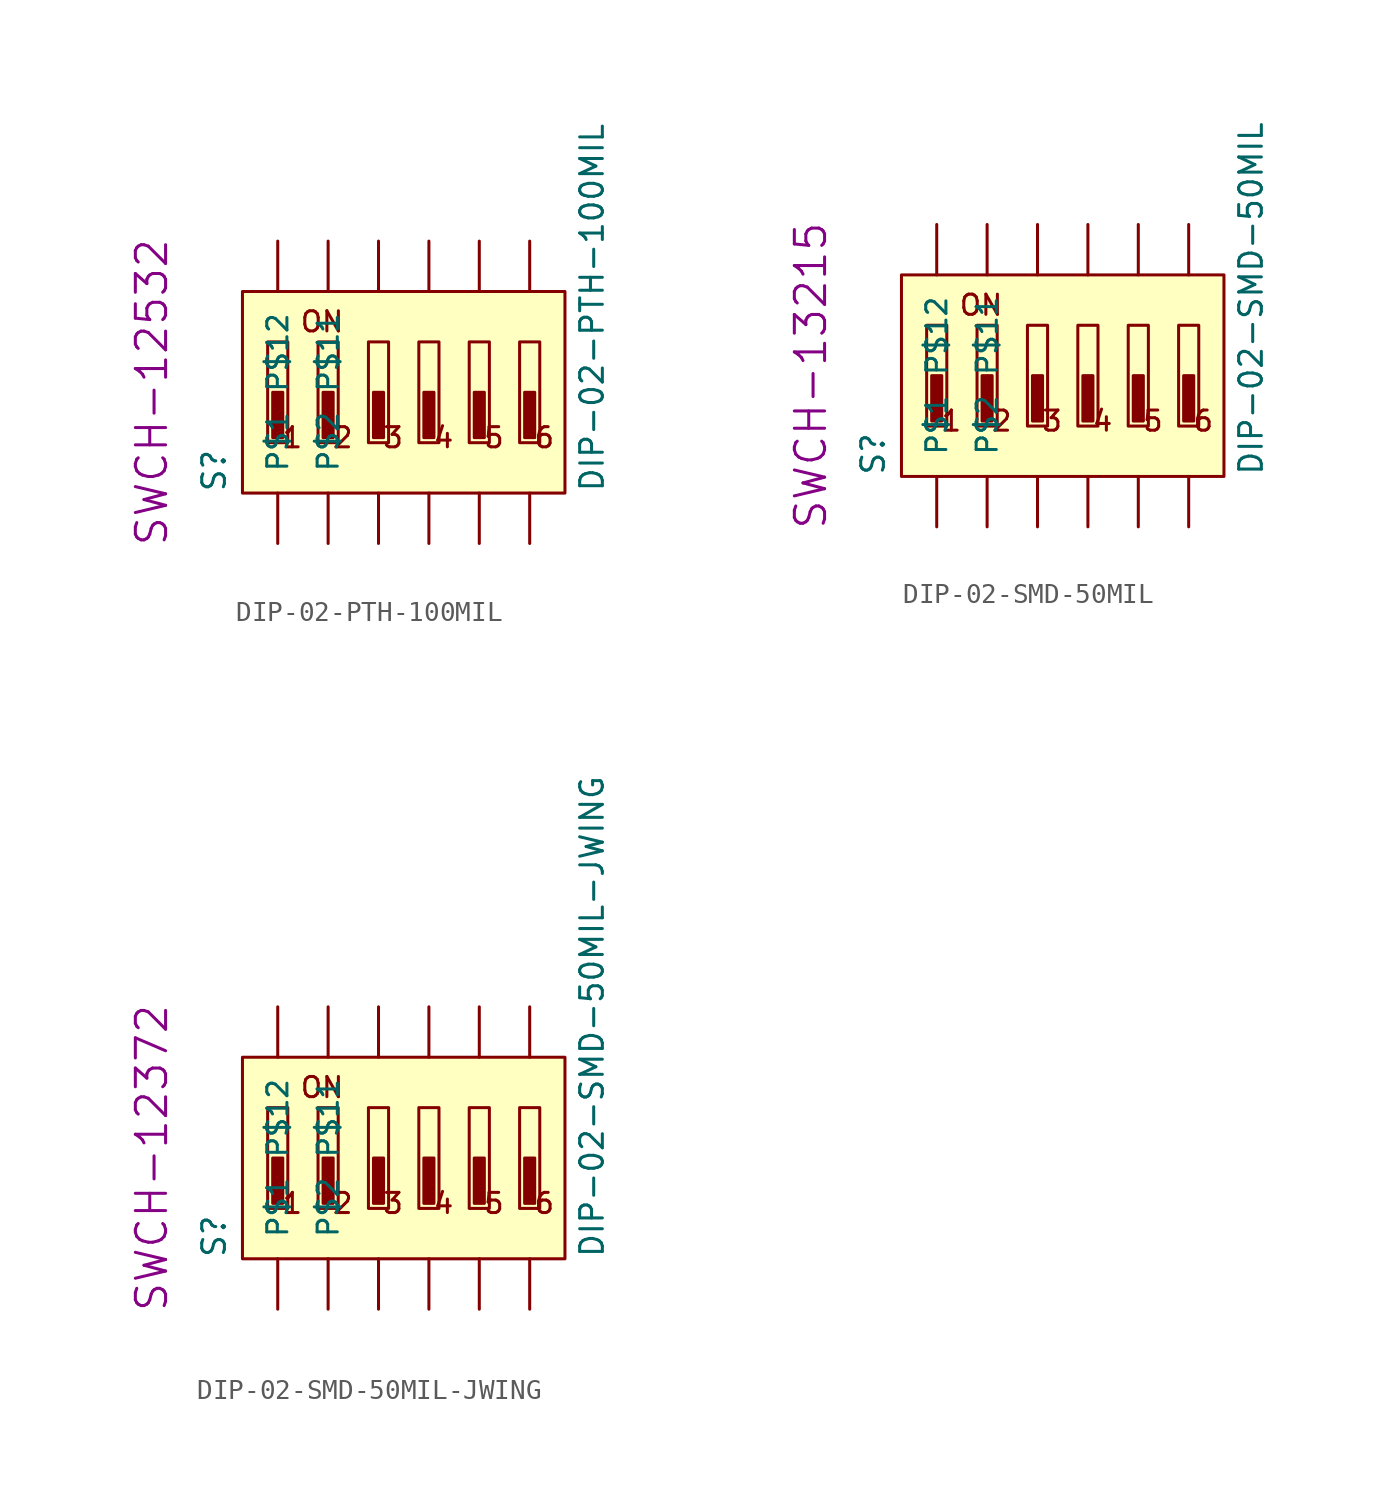
<source format=kicad_sym>
(kicad_symbol_lib
  (version 20211014)
  (generator kicad_symbol_editor)
  (symbol "DIP-02-PTH-100MIL"
    (pin_numbers hide)
    (pin_names
      (offset 1.016))
    (property "Reference" "S"
      (at -2.54 -5.08 90)
      (effects (font (size 1.143 1.143)) (justify left bottom)))
    (property "Value" "DIP-02-PTH-100MIL"
      (at 16.51 -5.08 90)
      (effects (font (size 1.143 1.143)) (justify left bottom)))
    (property "Field4" "SWCH-12532"
      (at -6.35 0 90)
      (effects (font (size 1.524 1.524))))
    (property "ki_locked" ""
      (at 0 0 0)
      (effects (font (size 1.27 1.27))))
    (symbol "DIP-02-PTH-100MIL_1_0"
      (polyline (pts (xy 5.08 -7.62) (xy 5.08 -5.08)) (stroke (width 0) (type default) (color 0 0 0 0)) (fill (type none)))
      (polyline (pts (xy 5.08 7.62) (xy 5.08 5.08)) (stroke (width 0) (type default) (color 0 0 0 0)) (fill (type none)))
      (polyline (pts (xy 7.62 -7.62) (xy 7.62 -5.08)) (stroke (width 0) (type default) (color 0 0 0 0)) (fill (type none)))
      (polyline (pts (xy 7.62 7.62) (xy 7.62 5.08)) (stroke (width 0) (type default) (color 0 0 0 0)) (fill (type none)))
      (polyline (pts (xy 10.16 -7.62) (xy 10.16 -5.08)) (stroke (width 0) (type default) (color 0 0 0 0)) (fill (type none)))
      (polyline (pts (xy 10.16 7.62) (xy 10.16 5.08)) (stroke (width 0) (type default) (color 0 0 0 0)) (fill (type none)))
      (polyline (pts (xy 12.7 -7.62) (xy 12.7 -5.08)) (stroke (width 0) (type default) (color 0 0 0 0)) (fill (type none)))
      (polyline (pts (xy 12.7 7.62) (xy 12.7 5.08)) (stroke (width 0) (type default) (color 0 0 0 0)) (fill (type none)))
      (text "1" (at 0.737 -2.286 0) (effects (font (size 1.016 1.016))))
      (text "2" (at 3.277 -2.286 0) (effects (font (size 1.016 1.016))))
      (text "3" (at 5.817 -2.286 0) (effects (font (size 1.016 1.016))))
      (text "4" (at 8.357 -2.286 0) (effects (font (size 1.016 1.016))))
      (text "5" (at 10.897 -2.286 0) (effects (font (size 1.016 1.016))))
      (text "6" (at 13.437 -2.286 0) (effects (font (size 1.016 1.016))))
      (text "ON" (at 2.235 3.556 0) (effects (font (size 1.016 1.016)))))
    (symbol "DIP-02-PTH-100MIL_1_1"
      (rectangle (start -0.254 -2.286) (end 0.254 0) (stroke (width 0) (type default) (color 0 0 0 0)) (fill (type outline)))
      (polyline (pts (xy -1.778 5.08) (xy 14.478 5.08) (xy 14.478 -5.08) (xy -1.778 -5.08) (xy -1.778 5.08)) (stroke (width 0) (type default) (color 0 0 0 0)) (fill (type background)))
      (polyline (pts (xy -0.508 -2.54) (xy 0.508 -2.54) (xy 0.508 2.54) (xy -0.508 2.54) (xy -0.508 -2.54)) (stroke (width 0) (type default) (color 0 0 0 0)) (fill (type background)))
      (polyline (pts (xy 2.032 -2.54) (xy 3.048 -2.54) (xy 3.048 2.54) (xy 2.032 2.54) (xy 2.032 -2.54)) (stroke (width 0) (type default) (color 0 0 0 0)) (fill (type background)))
      (polyline (pts (xy 4.572 -2.54) (xy 5.588 -2.54) (xy 5.588 2.54) (xy 4.572 2.54) (xy 4.572 -2.54)) (stroke (width 0) (type default) (color 0 0 0 0)) (fill (type background)))
      (polyline (pts (xy 7.112 -2.54) (xy 8.128 -2.54) (xy 8.128 2.54) (xy 7.112 2.54) (xy 7.112 -2.54)) (stroke (width 0) (type default) (color 0 0 0 0)) (fill (type background)))
      (polyline (pts (xy 9.652 -2.54) (xy 10.668 -2.54) (xy 10.668 2.54) (xy 9.652 2.54) (xy 9.652 -2.54)) (stroke (width 0) (type default) (color 0 0 0 0)) (fill (type background)))
      (polyline (pts (xy 12.192 -2.54) (xy 13.208 -2.54) (xy 13.208 2.54) (xy 12.192 2.54) (xy 12.192 -2.54)) (stroke (width 0) (type default) (color 0 0 0 0)) (fill (type background)))
      (rectangle (start 2.286 -2.286) (end 2.794 0) (stroke (width 0) (type default) (color 0 0 0 0)) (fill (type outline)))
      (rectangle (start 4.826 -2.286) (end 5.334 0) (stroke (width 0) (type default) (color 0 0 0 0)) (fill (type outline)))
      (rectangle (start 7.366 -2.286) (end 7.874 0) (stroke (width 0) (type default) (color 0 0 0 0)) (fill (type outline)))
      (rectangle (start 9.906 -2.286) (end 10.414 0) (stroke (width 0) (type default) (color 0 0 0 0)) (fill (type outline)))
      (rectangle (start 12.446 -2.286) (end 12.954 0) (stroke (width 0) (type default) (color 0 0 0 0)) (fill (type outline)))
      (pin bidirectional line (at 0 -7.62 90) (length 2.54) (name "P$1" (effects (font (size 1.016 1.016)))) (number "1" (effects (font (size 1.016 1.016)))))
      (pin bidirectional line (at 2.54 -7.62 90) (length 2.54) (name "P$2" (effects (font (size 1.016 1.016)))) (number "2" (effects (font (size 1.016 1.016)))))
      (pin bidirectional line (at 2.54 7.62 270) (length 2.54) (name "P$11" (effects (font (size 1.016 1.016)))) (number "3" (effects (font (size 1.016 1.016)))))
      (pin bidirectional line (at 0 7.62 270) (length 2.54) (name "P$12" (effects (font (size 1.016 1.016)))) (number "4" (effects (font (size 1.016 1.016)))))
      (pin bidirectional line (at 5.08 7.62 270) (length 2.54) hide (name "P$10" (effects (font (size 1.016 1.016)))) (number "~" (effects (font (size 1.016 1.016)))))
      (pin bidirectional line (at 5.08 -7.62 90) (length 2.54) hide (name "P$3" (effects (font (size 1.016 1.016)))) (number "~" (effects (font (size 1.016 1.016)))))
      (pin bidirectional line (at 7.62 -7.62 90) (length 2.54) hide (name "P$4" (effects (font (size 1.016 1.016)))) (number "~" (effects (font (size 1.016 1.016)))))
      (pin bidirectional line (at 10.16 -7.62 90) (length 2.54) hide (name "P$5" (effects (font (size 1.016 1.016)))) (number "~" (effects (font (size 1.016 1.016)))))
      (pin bidirectional line (at 12.7 -7.62 90) (length 2.54) hide (name "P$6" (effects (font (size 1.016 1.016)))) (number "~" (effects (font (size 1.016 1.016)))))
      (pin bidirectional line (at 12.7 7.62 270) (length 2.54) hide (name "P$7" (effects (font (size 1.016 1.016)))) (number "~" (effects (font (size 1.016 1.016)))))
      (pin bidirectional line (at 10.16 7.62 270) (length 2.54) hide (name "P$8" (effects (font (size 1.016 1.016)))) (number "~" (effects (font (size 1.016 1.016)))))
      (pin bidirectional line (at 7.62 7.62 270) (length 2.54) hide (name "P$9" (effects (font (size 1.016 1.016)))) (number "~" (effects (font (size 1.016 1.016)))))))
  (symbol "DIP-02-SMD-50MIL"
    (pin_numbers hide)
    (pin_names
      (offset 1.016))
    (property "Reference" "S"
      (at -2.54 -5.08 90)
      (effects (font (size 1.143 1.143)) (justify left bottom)))
    (property "Value" "DIP-02-SMD-50MIL"
      (at 16.51 -5.08 90)
      (effects (font (size 1.143 1.143)) (justify left bottom)))
    (property "Field4" "SWCH-13215"
      (at -6.35 0 90)
      (effects (font (size 1.524 1.524))))
    (property "ki_locked" ""
      (at 0 0 0)
      (effects (font (size 1.27 1.27))))
    (symbol "DIP-02-SMD-50MIL_1_0"
      (polyline (pts (xy 5.08 -7.62) (xy 5.08 -5.08)) (stroke (width 0) (type default) (color 0 0 0 0)) (fill (type none)))
      (polyline (pts (xy 5.08 7.62) (xy 5.08 5.08)) (stroke (width 0) (type default) (color 0 0 0 0)) (fill (type none)))
      (polyline (pts (xy 7.62 -7.62) (xy 7.62 -5.08)) (stroke (width 0) (type default) (color 0 0 0 0)) (fill (type none)))
      (polyline (pts (xy 7.62 7.62) (xy 7.62 5.08)) (stroke (width 0) (type default) (color 0 0 0 0)) (fill (type none)))
      (polyline (pts (xy 10.16 -7.62) (xy 10.16 -5.08)) (stroke (width 0) (type default) (color 0 0 0 0)) (fill (type none)))
      (polyline (pts (xy 10.16 7.62) (xy 10.16 5.08)) (stroke (width 0) (type default) (color 0 0 0 0)) (fill (type none)))
      (polyline (pts (xy 12.7 -7.62) (xy 12.7 -5.08)) (stroke (width 0) (type default) (color 0 0 0 0)) (fill (type none)))
      (polyline (pts (xy 12.7 7.62) (xy 12.7 5.08)) (stroke (width 0) (type default) (color 0 0 0 0)) (fill (type none)))
      (text "1" (at 0.737 -2.286 0) (effects (font (size 1.016 1.016))))
      (text "2" (at 3.277 -2.286 0) (effects (font (size 1.016 1.016))))
      (text "3" (at 5.817 -2.286 0) (effects (font (size 1.016 1.016))))
      (text "4" (at 8.357 -2.286 0) (effects (font (size 1.016 1.016))))
      (text "5" (at 10.897 -2.286 0) (effects (font (size 1.016 1.016))))
      (text "6" (at 13.437 -2.286 0) (effects (font (size 1.016 1.016))))
      (text "ON" (at 2.235 3.556 0) (effects (font (size 1.016 1.016)))))
    (symbol "DIP-02-SMD-50MIL_1_1"
      (rectangle (start -0.254 -2.286) (end 0.254 0) (stroke (width 0) (type default) (color 0 0 0 0)) (fill (type outline)))
      (polyline (pts (xy -1.778 5.08) (xy 14.478 5.08) (xy 14.478 -5.08) (xy -1.778 -5.08) (xy -1.778 5.08)) (stroke (width 0) (type default) (color 0 0 0 0)) (fill (type background)))
      (polyline (pts (xy -0.508 -2.54) (xy 0.508 -2.54) (xy 0.508 2.54) (xy -0.508 2.54) (xy -0.508 -2.54)) (stroke (width 0) (type default) (color 0 0 0 0)) (fill (type background)))
      (polyline (pts (xy 2.032 -2.54) (xy 3.048 -2.54) (xy 3.048 2.54) (xy 2.032 2.54) (xy 2.032 -2.54)) (stroke (width 0) (type default) (color 0 0 0 0)) (fill (type background)))
      (polyline (pts (xy 4.572 -2.54) (xy 5.588 -2.54) (xy 5.588 2.54) (xy 4.572 2.54) (xy 4.572 -2.54)) (stroke (width 0) (type default) (color 0 0 0 0)) (fill (type background)))
      (polyline (pts (xy 7.112 -2.54) (xy 8.128 -2.54) (xy 8.128 2.54) (xy 7.112 2.54) (xy 7.112 -2.54)) (stroke (width 0) (type default) (color 0 0 0 0)) (fill (type background)))
      (polyline (pts (xy 9.652 -2.54) (xy 10.668 -2.54) (xy 10.668 2.54) (xy 9.652 2.54) (xy 9.652 -2.54)) (stroke (width 0) (type default) (color 0 0 0 0)) (fill (type background)))
      (polyline (pts (xy 12.192 -2.54) (xy 13.208 -2.54) (xy 13.208 2.54) (xy 12.192 2.54) (xy 12.192 -2.54)) (stroke (width 0) (type default) (color 0 0 0 0)) (fill (type background)))
      (rectangle (start 2.286 -2.286) (end 2.794 0) (stroke (width 0) (type default) (color 0 0 0 0)) (fill (type outline)))
      (rectangle (start 4.826 -2.286) (end 5.334 0) (stroke (width 0) (type default) (color 0 0 0 0)) (fill (type outline)))
      (rectangle (start 7.366 -2.286) (end 7.874 0) (stroke (width 0) (type default) (color 0 0 0 0)) (fill (type outline)))
      (rectangle (start 9.906 -2.286) (end 10.414 0) (stroke (width 0) (type default) (color 0 0 0 0)) (fill (type outline)))
      (rectangle (start 12.446 -2.286) (end 12.954 0) (stroke (width 0) (type default) (color 0 0 0 0)) (fill (type outline)))
      (pin bidirectional line (at 0 -7.62 90) (length 2.54) (name "P$1" (effects (font (size 1.016 1.016)))) (number "1" (effects (font (size 1.016 1.016)))))
      (pin bidirectional line (at 2.54 -7.62 90) (length 2.54) (name "P$2" (effects (font (size 1.016 1.016)))) (number "2" (effects (font (size 1.016 1.016)))))
      (pin bidirectional line (at 2.54 7.62 270) (length 2.54) (name "P$11" (effects (font (size 1.016 1.016)))) (number "3" (effects (font (size 1.016 1.016)))))
      (pin bidirectional line (at 0 7.62 270) (length 2.54) (name "P$12" (effects (font (size 1.016 1.016)))) (number "4" (effects (font (size 1.016 1.016)))))
      (pin bidirectional line (at 5.08 7.62 270) (length 2.54) hide (name "P$10" (effects (font (size 1.016 1.016)))) (number "~" (effects (font (size 1.016 1.016)))))
      (pin bidirectional line (at 5.08 -7.62 90) (length 2.54) hide (name "P$3" (effects (font (size 1.016 1.016)))) (number "~" (effects (font (size 1.016 1.016)))))
      (pin bidirectional line (at 7.62 -7.62 90) (length 2.54) hide (name "P$4" (effects (font (size 1.016 1.016)))) (number "~" (effects (font (size 1.016 1.016)))))
      (pin bidirectional line (at 10.16 -7.62 90) (length 2.54) hide (name "P$5" (effects (font (size 1.016 1.016)))) (number "~" (effects (font (size 1.016 1.016)))))
      (pin bidirectional line (at 12.7 -7.62 90) (length 2.54) hide (name "P$6" (effects (font (size 1.016 1.016)))) (number "~" (effects (font (size 1.016 1.016)))))
      (pin bidirectional line (at 12.7 7.62 270) (length 2.54) hide (name "P$7" (effects (font (size 1.016 1.016)))) (number "~" (effects (font (size 1.016 1.016)))))
      (pin bidirectional line (at 10.16 7.62 270) (length 2.54) hide (name "P$8" (effects (font (size 1.016 1.016)))) (number "~" (effects (font (size 1.016 1.016)))))
      (pin bidirectional line (at 7.62 7.62 270) (length 2.54) hide (name "P$9" (effects (font (size 1.016 1.016)))) (number "~" (effects (font (size 1.016 1.016)))))))
  (symbol "DIP-02-SMD-50MIL-JWING"
    (pin_numbers hide)
    (pin_names
      (offset 1.016))
    (property "Reference" "S"
      (at -2.54 -5.08 90)
      (effects (font (size 1.143 1.143)) (justify left bottom)))
    (property "Value" "DIP-02-SMD-50MIL-JWING"
      (at 16.51 -5.08 90)
      (effects (font (size 1.143 1.143)) (justify left bottom)))
    (property "Field4" "SWCH-12372"
      (at -6.35 0 90)
      (effects (font (size 1.524 1.524))))
    (property "ki_locked" ""
      (at 0 0 0)
      (effects (font (size 1.27 1.27))))
    (symbol "DIP-02-SMD-50MIL-JWING_1_0"
      (polyline (pts (xy 5.08 -7.62) (xy 5.08 -5.08)) (stroke (width 0) (type default) (color 0 0 0 0)) (fill (type none)))
      (polyline (pts (xy 5.08 7.62) (xy 5.08 5.08)) (stroke (width 0) (type default) (color 0 0 0 0)) (fill (type none)))
      (polyline (pts (xy 7.62 -7.62) (xy 7.62 -5.08)) (stroke (width 0) (type default) (color 0 0 0 0)) (fill (type none)))
      (polyline (pts (xy 7.62 7.62) (xy 7.62 5.08)) (stroke (width 0) (type default) (color 0 0 0 0)) (fill (type none)))
      (polyline (pts (xy 10.16 -7.62) (xy 10.16 -5.08)) (stroke (width 0) (type default) (color 0 0 0 0)) (fill (type none)))
      (polyline (pts (xy 10.16 7.62) (xy 10.16 5.08)) (stroke (width 0) (type default) (color 0 0 0 0)) (fill (type none)))
      (polyline (pts (xy 12.7 -7.62) (xy 12.7 -5.08)) (stroke (width 0) (type default) (color 0 0 0 0)) (fill (type none)))
      (polyline (pts (xy 12.7 7.62) (xy 12.7 5.08)) (stroke (width 0) (type default) (color 0 0 0 0)) (fill (type none)))
      (text "1" (at 0.737 -2.286 0) (effects (font (size 1.016 1.016))))
      (text "2" (at 3.277 -2.286 0) (effects (font (size 1.016 1.016))))
      (text "3" (at 5.817 -2.286 0) (effects (font (size 1.016 1.016))))
      (text "4" (at 8.357 -2.286 0) (effects (font (size 1.016 1.016))))
      (text "5" (at 10.897 -2.286 0) (effects (font (size 1.016 1.016))))
      (text "6" (at 13.437 -2.286 0) (effects (font (size 1.016 1.016))))
      (text "ON" (at 2.235 3.556 0) (effects (font (size 1.016 1.016)))))
    (symbol "DIP-02-SMD-50MIL-JWING_1_1"
      (rectangle (start -0.254 -2.286) (end 0.254 0) (stroke (width 0) (type default) (color 0 0 0 0)) (fill (type outline)))
      (polyline (pts (xy -1.778 5.08) (xy 14.478 5.08) (xy 14.478 -5.08) (xy -1.778 -5.08) (xy -1.778 5.08)) (stroke (width 0) (type default) (color 0 0 0 0)) (fill (type background)))
      (polyline (pts (xy -0.508 -2.54) (xy 0.508 -2.54) (xy 0.508 2.54) (xy -0.508 2.54) (xy -0.508 -2.54)) (stroke (width 0) (type default) (color 0 0 0 0)) (fill (type background)))
      (polyline (pts (xy 2.032 -2.54) (xy 3.048 -2.54) (xy 3.048 2.54) (xy 2.032 2.54) (xy 2.032 -2.54)) (stroke (width 0) (type default) (color 0 0 0 0)) (fill (type background)))
      (polyline (pts (xy 4.572 -2.54) (xy 5.588 -2.54) (xy 5.588 2.54) (xy 4.572 2.54) (xy 4.572 -2.54)) (stroke (width 0) (type default) (color 0 0 0 0)) (fill (type background)))
      (polyline (pts (xy 7.112 -2.54) (xy 8.128 -2.54) (xy 8.128 2.54) (xy 7.112 2.54) (xy 7.112 -2.54)) (stroke (width 0) (type default) (color 0 0 0 0)) (fill (type background)))
      (polyline (pts (xy 9.652 -2.54) (xy 10.668 -2.54) (xy 10.668 2.54) (xy 9.652 2.54) (xy 9.652 -2.54)) (stroke (width 0) (type default) (color 0 0 0 0)) (fill (type background)))
      (polyline (pts (xy 12.192 -2.54) (xy 13.208 -2.54) (xy 13.208 2.54) (xy 12.192 2.54) (xy 12.192 -2.54)) (stroke (width 0) (type default) (color 0 0 0 0)) (fill (type background)))
      (rectangle (start 2.286 -2.286) (end 2.794 0) (stroke (width 0) (type default) (color 0 0 0 0)) (fill (type outline)))
      (rectangle (start 4.826 -2.286) (end 5.334 0) (stroke (width 0) (type default) (color 0 0 0 0)) (fill (type outline)))
      (rectangle (start 7.366 -2.286) (end 7.874 0) (stroke (width 0) (type default) (color 0 0 0 0)) (fill (type outline)))
      (rectangle (start 9.906 -2.286) (end 10.414 0) (stroke (width 0) (type default) (color 0 0 0 0)) (fill (type outline)))
      (rectangle (start 12.446 -2.286) (end 12.954 0) (stroke (width 0) (type default) (color 0 0 0 0)) (fill (type outline)))
      (pin bidirectional line (at 0 -7.62 90) (length 2.54) (name "P$1" (effects (font (size 1.016 1.016)))) (number "1" (effects (font (size 1.016 1.016)))))
      (pin bidirectional line (at 2.54 -7.62 90) (length 2.54) (name "P$2" (effects (font (size 1.016 1.016)))) (number "2" (effects (font (size 1.016 1.016)))))
      (pin bidirectional line (at 2.54 7.62 270) (length 2.54) (name "P$11" (effects (font (size 1.016 1.016)))) (number "3" (effects (font (size 1.016 1.016)))))
      (pin bidirectional line (at 0 7.62 270) (length 2.54) (name "P$12" (effects (font (size 1.016 1.016)))) (number "4" (effects (font (size 1.016 1.016)))))
      (pin bidirectional line (at 5.08 7.62 270) (length 2.54) hide (name "P$10" (effects (font (size 1.016 1.016)))) (number "~" (effects (font (size 1.016 1.016)))))
      (pin bidirectional line (at 5.08 -7.62 90) (length 2.54) hide (name "P$3" (effects (font (size 1.016 1.016)))) (number "~" (effects (font (size 1.016 1.016)))))
      (pin bidirectional line (at 7.62 -7.62 90) (length 2.54) hide (name "P$4" (effects (font (size 1.016 1.016)))) (number "~" (effects (font (size 1.016 1.016)))))
      (pin bidirectional line (at 10.16 -7.62 90) (length 2.54) hide (name "P$5" (effects (font (size 1.016 1.016)))) (number "~" (effects (font (size 1.016 1.016)))))
      (pin bidirectional line (at 12.7 -7.62 90) (length 2.54) hide (name "P$6" (effects (font (size 1.016 1.016)))) (number "~" (effects (font (size 1.016 1.016)))))
      (pin bidirectional line (at 12.7 7.62 270) (length 2.54) hide (name "P$7" (effects (font (size 1.016 1.016)))) (number "~" (effects (font (size 1.016 1.016)))))
      (pin bidirectional line (at 10.16 7.62 270) (length 2.54) hide (name "P$8" (effects (font (size 1.016 1.016)))) (number "~" (effects (font (size 1.016 1.016)))))
      (pin bidirectional line (at 7.62 7.62 270) (length 2.54) hide (name "P$9" (effects (font (size 1.016 1.016)))) (number "~" (effects (font (size 1.016 1.016))))))))
</source>
